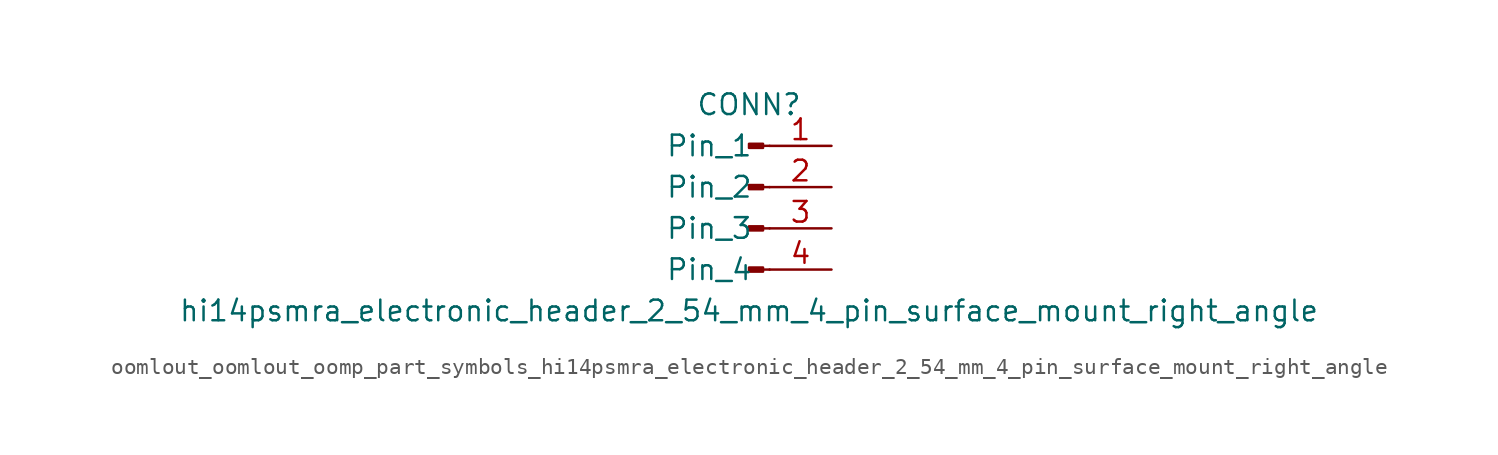
<source format=kicad_sym>
(kicad_symbol_lib
  (version 20220914)
  (generator kicad_symbol_editor)
  (symbol "oomlout_oomlout_oomp_part_symbols_hi14psmra_electronic_header_2_54_mm_4_pin_surface_mount_right_angle"
    (pin_names
      (offset 1.016))
    (property "Reference" "CONN"
      (at 0 5.08 0)
      (effects (font (size 1.27 1.27))))
    (property "Value" "hi14psmra_electronic_header_2_54_mm_4_pin_surface_mount_right_angle"
      (at 0 -7.62 0)
      (effects (font (size 1.27 1.27))))
    (property "ki_locked" ""
      (at 0 0 0)
      (effects (font (size 1.27 1.27))))
    (symbol "oomlout_oomlout_oomp_part_symbols_hi14psmra_electronic_header_2_54_mm_4_pin_surface_mount_right_angle_1_1"
      (polyline (pts (xy 1.27 -5.08) (xy 0.864 -5.08)) (stroke (width 0.152) (type default)) (fill (type none)))
      (polyline (pts (xy 1.27 -2.54) (xy 0.864 -2.54)) (stroke (width 0.152) (type default)) (fill (type none)))
      (polyline (pts (xy 1.27 0) (xy 0.864 0)) (stroke (width 0.152) (type default)) (fill (type none)))
      (polyline (pts (xy 1.27 2.54) (xy 0.864 2.54)) (stroke (width 0.152) (type default)) (fill (type none)))
      (rectangle (start 0.864 -4.953) (end 0 -5.207) (stroke (width 0.152) (type default)) (fill (type outline)))
      (rectangle (start 0.864 -2.413) (end 0 -2.667) (stroke (width 0.152) (type default)) (fill (type outline)))
      (rectangle (start 0.864 0.127) (end 0 -0.127) (stroke (width 0.152) (type default)) (fill (type outline)))
      (rectangle (start 0.864 2.667) (end 0 2.413) (stroke (width 0.152) (type default)) (fill (type outline)))
      (pin passive line (at 5.08 2.54 180) (length 3.81) (name "Pin_1" (effects (font (size 1.27 1.27)))) (number "1" (effects (font (size 1.27 1.27)))))
      (pin passive line (at 5.08 0 180) (length 3.81) (name "Pin_2" (effects (font (size 1.27 1.27)))) (number "2" (effects (font (size 1.27 1.27)))))
      (pin passive line (at 5.08 -2.54 180) (length 3.81) (name "Pin_3" (effects (font (size 1.27 1.27)))) (number "3" (effects (font (size 1.27 1.27)))))
      (pin passive line (at 5.08 -5.08 180) (length 3.81) (name "Pin_4" (effects (font (size 1.27 1.27)))) (number "4" (effects (font (size 1.27 1.27))))))))
</source>
